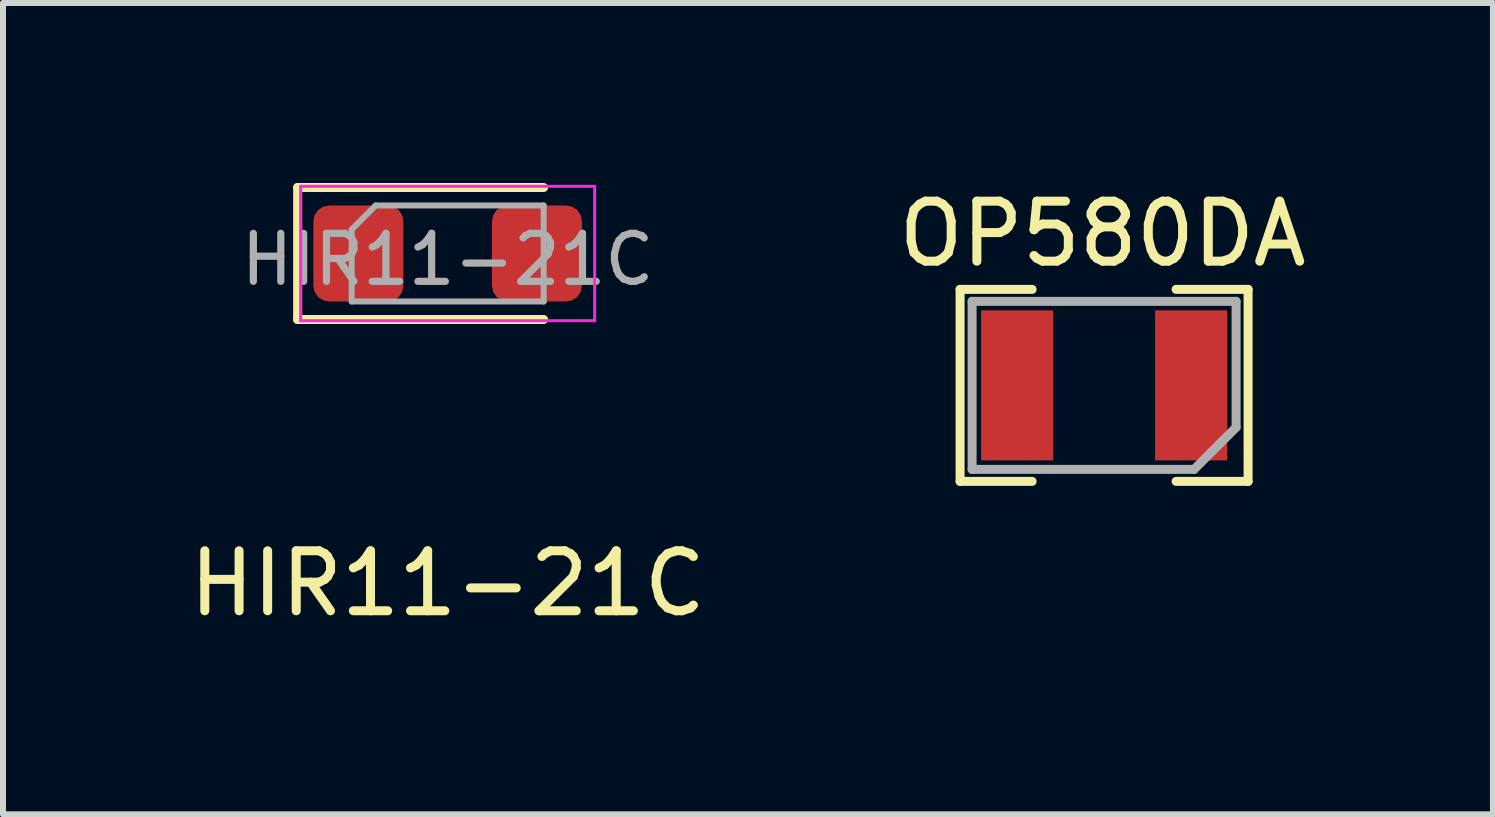
<source format=kicad_pcb>
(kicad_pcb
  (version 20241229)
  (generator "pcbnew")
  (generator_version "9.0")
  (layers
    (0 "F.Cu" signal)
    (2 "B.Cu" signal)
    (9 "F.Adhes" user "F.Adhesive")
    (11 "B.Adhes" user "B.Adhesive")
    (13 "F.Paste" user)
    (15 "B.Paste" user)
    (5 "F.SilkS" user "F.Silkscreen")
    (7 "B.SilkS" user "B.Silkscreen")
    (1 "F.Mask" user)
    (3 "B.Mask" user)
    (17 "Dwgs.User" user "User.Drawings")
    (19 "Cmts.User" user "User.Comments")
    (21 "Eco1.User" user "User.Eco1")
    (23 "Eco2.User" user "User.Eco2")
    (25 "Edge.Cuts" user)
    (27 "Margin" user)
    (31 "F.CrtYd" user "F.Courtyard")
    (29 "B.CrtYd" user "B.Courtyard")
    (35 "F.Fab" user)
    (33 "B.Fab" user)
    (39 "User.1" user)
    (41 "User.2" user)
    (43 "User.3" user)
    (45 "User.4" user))
  (footprint "HIR11-21C"
    (layer "F.Cu")
    (at 4.411 1.175)
    (property "Reference" "HIR11-21C" (at 0 5.5 0) (layer "F.SilkS") (effects (font (size 1 1) (thickness 0.15))))
    (attr smd)
    (fp_line (start -2.5 -1.1) (end 1.6 -1.1) (stroke (width 0.15) (type solid)) (layer "F.SilkS"))
    (fp_line (start -2.5 1.1) (end -2.5 -1.1) (stroke (width 0.15) (type solid)) (layer "F.SilkS"))
    (fp_line (start -2.5 1.1) (end 1.6 1.1) (stroke (width 0.15) (type solid)) (layer "F.SilkS"))
    (fp_line (start -2.45 -1.12) (end 2.45 -1.12) (stroke (width 0.05) (type solid)) (layer "F.CrtYd"))
    (fp_line (start -2.45 1.12) (end -2.45 -1.12) (stroke (width 0.05) (type solid)) (layer "F.CrtYd"))
    (fp_line (start 2.45 -1.12) (end 2.45 1.12) (stroke (width 0.05) (type solid)) (layer "F.CrtYd"))
    (fp_line (start 2.45 1.12) (end -2.45 1.12) (stroke (width 0.05) (type solid)) (layer "F.CrtYd"))
    (fp_line (start -1.6 -0.4) (end -1.2 -0.8) (stroke (width 0.1) (type solid)) (layer "F.Fab"))
    (fp_line (start -1.6 0.8) (end -1.6 -0.4) (stroke (width 0.1) (type solid)) (layer "F.Fab"))
    (fp_line (start -1.2 -0.8) (end 1.6 -0.8) (stroke (width 0.1) (type solid)) (layer "F.Fab"))
    (fp_line (start 1.6 -0.8) (end 1.6 0.8) (stroke (width 0.1) (type solid)) (layer "F.Fab"))
    (fp_line (start 1.6 0.8) (end -1.6 0.8) (stroke (width 0.1) (type solid)) (layer "F.Fab"))
    (fp_text user "${REFERENCE}" (at 0 0.1 0) (layer "F.Fab") (effects (font (size 0.8 0.8) (thickness 0.12))))
    (pad "1" smd roundrect (at -1.488 0) (size 1.5 1.6) (layers "F.Cu" "F.Mask" "F.Paste") (roundrect_rratio 0.175))
    (pad "2" smd roundrect (at 1.488 0) (size 1.5 1.6) (layers "F.Cu" "F.Mask" "F.Paste") (roundrect_rratio 0.175)))
  (footprint "OP580DA"
    (layer "F.Cu")
    (at 15.352 3.373)
    (property "Reference" "OP580DA" (at -0.025 -2.525 0) (layer "F.SilkS") (effects (font (size 1 1) (thickness 0.15))))
    (attr through_hole)
    (fp_line (start -2.4 -1.6) (end -2.4 1.6) (stroke (width 0.15) (type solid)) (layer "F.SilkS"))
    (fp_line (start -2.4 1.6) (end -1.2 1.6) (stroke (width 0.15) (type solid)) (layer "F.SilkS"))
    (fp_line (start -1.2 -1.6) (end -2.4 -1.6) (stroke (width 0.15) (type solid)) (layer "F.SilkS"))
    (fp_line (start 1.2 -1.6) (end 2.4 -1.6) (stroke (width 0.15) (type solid)) (layer "F.SilkS"))
    (fp_line (start 2.4 -1.6) (end 2.4 1.6) (stroke (width 0.15) (type solid)) (layer "F.SilkS"))
    (fp_line (start 2.4 1.6) (end 1.2 1.6) (stroke (width 0.15) (type solid)) (layer "F.SilkS"))
    (fp_line (start -2.2 -1.4) (end 2.2 -1.4) (stroke (width 0.15) (type solid)) (layer "F.Fab"))
    (fp_line (start -2.2 1.4) (end -2.2 -1.4) (stroke (width 0.15) (type solid)) (layer "F.Fab"))
    (fp_line (start 1.5 1.4) (end -2.2 1.4) (stroke (width 0.15) (type solid)) (layer "F.Fab"))
    (fp_line (start 2.2 -1.4) (end 2.2 0.7) (stroke (width 0.15) (type solid)) (layer "F.Fab"))
    (fp_line (start 2.2 0.7) (end 1.5 1.4) (stroke (width 0.15) (type solid)) (layer "F.Fab"))
    (pad "1" smd rect (at 1.45 0) (size 1.2 2.5) (layers "F.Cu" "F.Mask" "F.Paste"))
    (pad "2" smd rect (at -1.45 0) (size 1.2 2.5) (layers "F.Cu" "F.Mask" "F.Paste")))
  (gr_rect
    (start -3 -3)
    (end 21.833 10.523)
    (stroke (width 0.1) (type default))
    (fill no)
    (layer "Edge.Cuts")))
</source>
